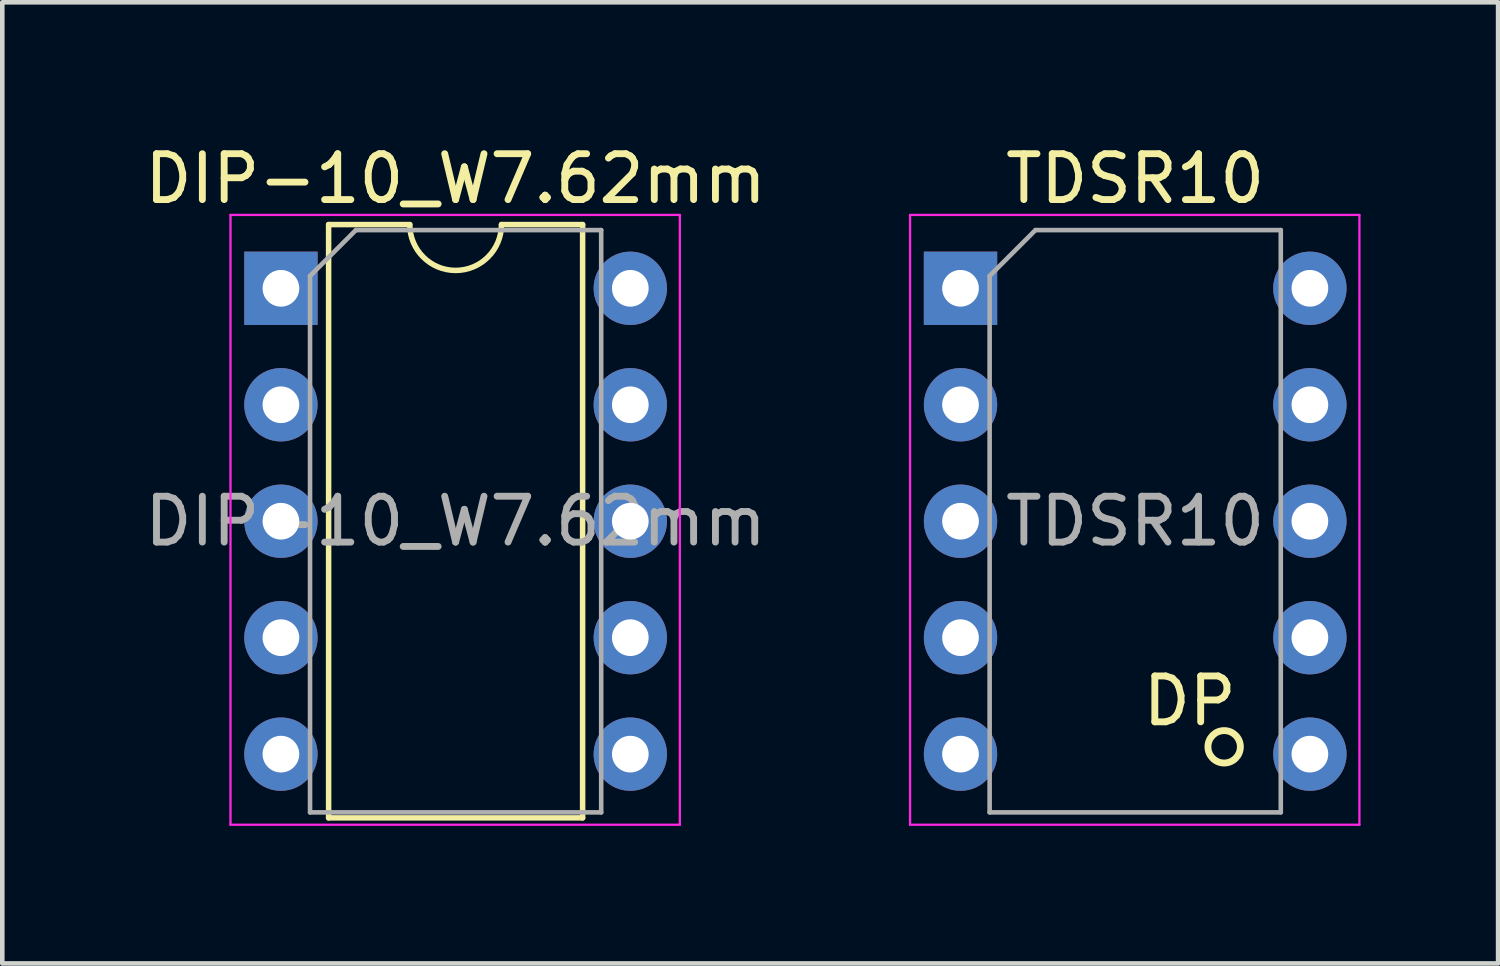
<source format=kicad_pcb>
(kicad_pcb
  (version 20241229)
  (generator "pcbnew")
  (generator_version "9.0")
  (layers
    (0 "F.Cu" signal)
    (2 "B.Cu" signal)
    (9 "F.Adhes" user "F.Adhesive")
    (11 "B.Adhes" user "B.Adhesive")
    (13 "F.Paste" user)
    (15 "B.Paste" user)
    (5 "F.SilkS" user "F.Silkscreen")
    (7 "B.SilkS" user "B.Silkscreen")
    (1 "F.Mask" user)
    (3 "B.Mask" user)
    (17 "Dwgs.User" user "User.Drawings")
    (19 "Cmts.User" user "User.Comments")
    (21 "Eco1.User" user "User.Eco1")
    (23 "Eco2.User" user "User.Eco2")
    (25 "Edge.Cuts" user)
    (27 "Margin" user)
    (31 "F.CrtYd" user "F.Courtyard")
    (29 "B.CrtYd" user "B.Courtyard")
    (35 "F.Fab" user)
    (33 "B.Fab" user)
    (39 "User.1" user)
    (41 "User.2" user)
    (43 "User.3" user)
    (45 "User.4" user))
  (footprint "DIP-10_W7.62mm"
    (layer "F.Cu")
    (at 3.077 3.238)
    (property "Reference" "DIP-10_W7.62mm" (at 3.81 -2.39 0) (layer "F.SilkS") (effects (font (size 1 1) (thickness 0.15))))
    (attr through_hole)
    (fp_line (start 1.04 -1.39) (end 1.04 11.55) (stroke (width 0.12) (type solid)) (layer "F.SilkS"))
    (fp_line (start 1.04 11.55) (end 6.58 11.55) (stroke (width 0.12) (type solid)) (layer "F.SilkS"))
    (fp_line (start 2.81 -1.39) (end 1.04 -1.39) (stroke (width 0.12) (type solid)) (layer "F.SilkS"))
    (fp_line (start 6.58 -1.39) (end 4.81 -1.39) (stroke (width 0.12) (type solid)) (layer "F.SilkS"))
    (fp_line (start 6.58 11.55) (end 6.58 -1.39) (stroke (width 0.12) (type solid)) (layer "F.SilkS"))
    (fp_arc (start 4.81 -1.39) (mid 3.81 -0.39) (end 2.81 -1.39) (stroke (width 0.12) (type solid)) (layer "F.SilkS"))
    (fp_line (start -1.1 -1.6) (end -1.1 11.7) (stroke (width 0.05) (type solid)) (layer "F.CrtYd"))
    (fp_line (start -1.1 11.7) (end 8.7 11.7) (stroke (width 0.05) (type solid)) (layer "F.CrtYd"))
    (fp_line (start 8.7 -1.6) (end -1.1 -1.6) (stroke (width 0.05) (type solid)) (layer "F.CrtYd"))
    (fp_line (start 8.7 11.7) (end 8.7 -1.6) (stroke (width 0.05) (type solid)) (layer "F.CrtYd"))
    (fp_line (start 0.635 -0.27) (end 1.635 -1.27) (stroke (width 0.1) (type solid)) (layer "F.Fab"))
    (fp_line (start 0.635 11.43) (end 0.635 -0.27) (stroke (width 0.1) (type solid)) (layer "F.Fab"))
    (fp_line (start 1.635 -1.27) (end 6.985 -1.27) (stroke (width 0.1) (type solid)) (layer "F.Fab"))
    (fp_line (start 6.985 -1.27) (end 6.985 11.43) (stroke (width 0.1) (type solid)) (layer "F.Fab"))
    (fp_line (start 6.985 11.43) (end 0.635 11.43) (stroke (width 0.1) (type solid)) (layer "F.Fab"))
    (fp_text user "${REFERENCE}" (at 3.81 5.08 0) (layer "F.Fab") (effects (font (size 1 1) (thickness 0.15))))
    (pad "1" thru_hole rect (at 0 0) (size 1.6 1.6) (drill 0.8) (layers "*.Cu" "*.Mask"))
    (pad "2" thru_hole oval (at 0 2.54) (size 1.6 1.6) (drill 0.8) (layers "*.Cu" "*.Mask"))
    (pad "3" thru_hole oval (at 0 5.08) (size 1.6 1.6) (drill 0.8) (layers "*.Cu" "*.Mask"))
    (pad "4" thru_hole oval (at 0 7.62) (size 1.6 1.6) (drill 0.8) (layers "*.Cu" "*.Mask"))
    (pad "5" thru_hole oval (at 0 10.16) (size 1.6 1.6) (drill 0.8) (layers "*.Cu" "*.Mask"))
    (pad "6" thru_hole oval (at 7.62 10.16) (size 1.6 1.6) (drill 0.8) (layers "*.Cu" "*.Mask"))
    (pad "7" thru_hole oval (at 7.62 7.62) (size 1.6 1.6) (drill 0.8) (layers "*.Cu" "*.Mask"))
    (pad "8" thru_hole oval (at 7.62 5.08) (size 1.6 1.6) (drill 0.8) (layers "*.Cu" "*.Mask"))
    (pad "9" thru_hole oval (at 7.62 2.54) (size 1.6 1.6) (drill 0.8) (layers "*.Cu" "*.Mask"))
    (pad "10" thru_hole oval (at 7.62 0) (size 1.6 1.6) (drill 0.8) (layers "*.Cu" "*.Mask")))
  (footprint "TDSR10"
    (layer "F.Cu")
    (at 17.899 3.238)
    (property "Reference" "TDSR10" (at 3.81 -2.39 0) (layer "F.SilkS") (effects (font (size 1 1) (thickness 0.15))))
    (attr through_hole)
    (fp_circle (center 5.75 10) (end 6 10.25) (stroke (width 0.15) (type solid)) (fill no) (layer "F.SilkS"))
    (fp_line (start -1.1 -1.6) (end -1.1 11.7) (stroke (width 0.05) (type solid)) (layer "F.CrtYd"))
    (fp_line (start -1.1 11.7) (end 8.7 11.7) (stroke (width 0.05) (type solid)) (layer "F.CrtYd"))
    (fp_line (start 8.7 -1.6) (end -1.1 -1.6) (stroke (width 0.05) (type solid)) (layer "F.CrtYd"))
    (fp_line (start 8.7 11.7) (end 8.7 -1.6) (stroke (width 0.05) (type solid)) (layer "F.CrtYd"))
    (fp_line (start 0.635 -0.27) (end 1.635 -1.27) (stroke (width 0.1) (type solid)) (layer "F.Fab"))
    (fp_line (start 0.635 11.43) (end 0.635 -0.27) (stroke (width 0.1) (type solid)) (layer "F.Fab"))
    (fp_line (start 1.635 -1.27) (end 6.985 -1.27) (stroke (width 0.1) (type solid)) (layer "F.Fab"))
    (fp_line (start 6.985 -1.27) (end 6.985 11.43) (stroke (width 0.1) (type solid)) (layer "F.Fab"))
    (fp_line (start 6.985 11.43) (end 0.635 11.43) (stroke (width 0.1) (type solid)) (layer "F.Fab"))
    (fp_text user "DP" (at 5 9 0) (layer "F.SilkS") (effects (font (size 1 1) (thickness 0.15))))
    (fp_text user "${REFERENCE}" (at 3.81 5.08 0) (layer "F.Fab") (effects (font (size 1 1) (thickness 0.15))))
    (pad "1" thru_hole rect (at 0 0) (size 1.6 1.6) (drill 0.8) (layers "*.Cu" "*.Mask"))
    (pad "2" thru_hole oval (at 0 2.54) (size 1.6 1.6) (drill 0.8) (layers "*.Cu" "*.Mask"))
    (pad "3" thru_hole oval (at 0 5.08) (size 1.6 1.6) (drill 0.8) (layers "*.Cu" "*.Mask"))
    (pad "4" thru_hole oval (at 0 7.62) (size 1.6 1.6) (drill 0.8) (layers "*.Cu" "*.Mask"))
    (pad "5" thru_hole oval (at 0 10.16) (size 1.6 1.6) (drill 0.8) (layers "*.Cu" "*.Mask"))
    (pad "6" thru_hole oval (at 7.62 10.16) (size 1.6 1.6) (drill 0.8) (layers "*.Cu" "*.Mask"))
    (pad "7" thru_hole oval (at 7.62 7.62) (size 1.6 1.6) (drill 0.8) (layers "*.Cu" "*.Mask"))
    (pad "8" thru_hole oval (at 7.62 5.08) (size 1.6 1.6) (drill 0.8) (layers "*.Cu" "*.Mask"))
    (pad "9" thru_hole oval (at 7.62 2.54) (size 1.6 1.6) (drill 0.8) (layers "*.Cu" "*.Mask"))
    (pad "10" thru_hole oval (at 7.62 0) (size 1.6 1.6) (drill 0.8) (layers "*.Cu" "*.Mask")))
  (gr_rect
    (start -3 -3)
    (end 29.624 17.963)
    (stroke (width 0.1) (type default))
    (fill no)
    (layer "Edge.Cuts")))
</source>
